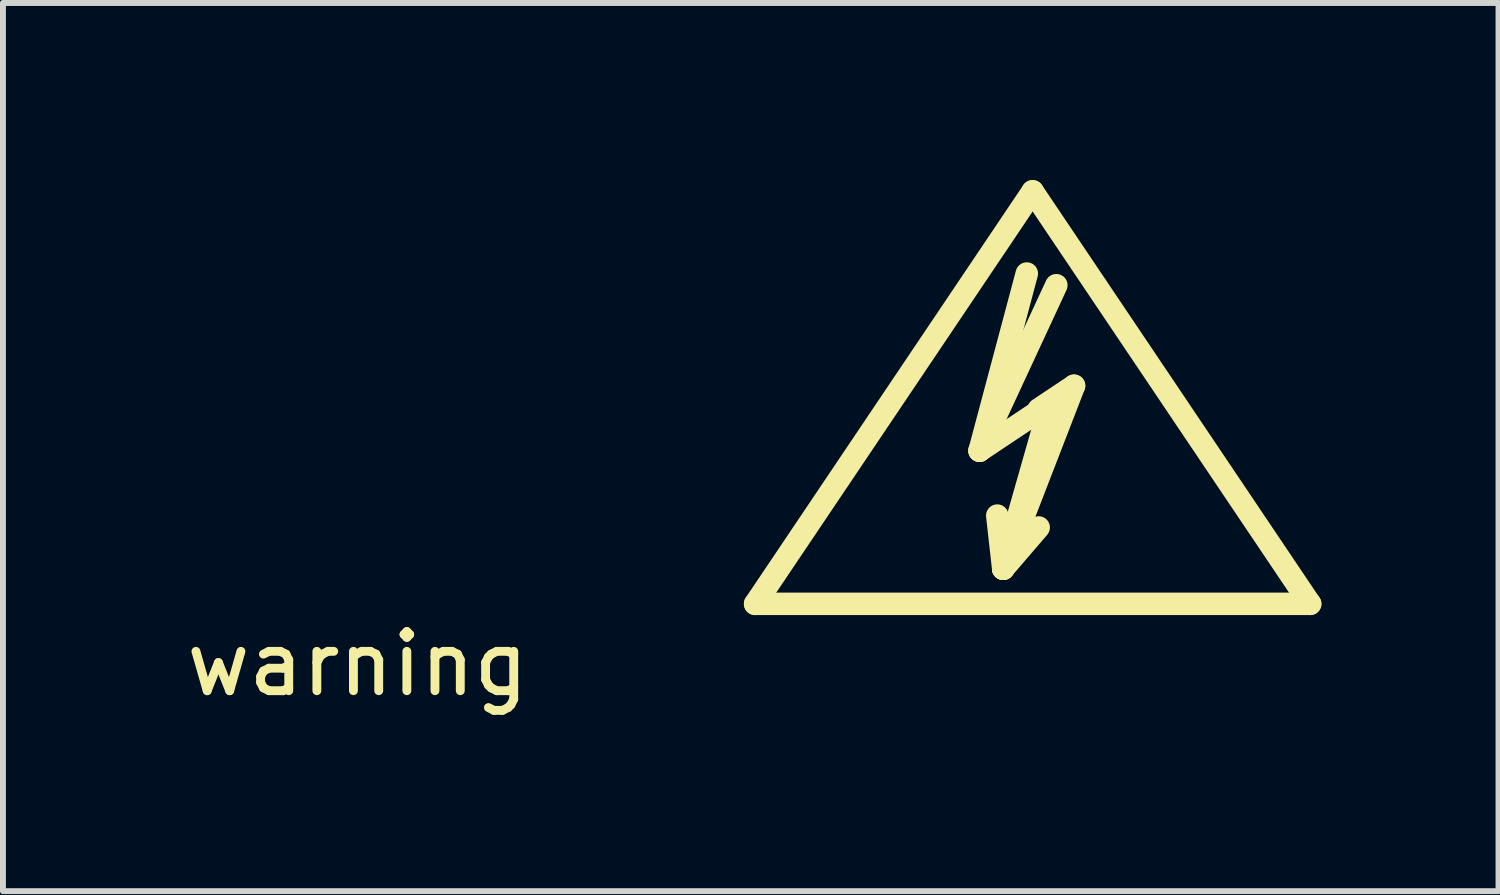
<source format=kicad_pcb>
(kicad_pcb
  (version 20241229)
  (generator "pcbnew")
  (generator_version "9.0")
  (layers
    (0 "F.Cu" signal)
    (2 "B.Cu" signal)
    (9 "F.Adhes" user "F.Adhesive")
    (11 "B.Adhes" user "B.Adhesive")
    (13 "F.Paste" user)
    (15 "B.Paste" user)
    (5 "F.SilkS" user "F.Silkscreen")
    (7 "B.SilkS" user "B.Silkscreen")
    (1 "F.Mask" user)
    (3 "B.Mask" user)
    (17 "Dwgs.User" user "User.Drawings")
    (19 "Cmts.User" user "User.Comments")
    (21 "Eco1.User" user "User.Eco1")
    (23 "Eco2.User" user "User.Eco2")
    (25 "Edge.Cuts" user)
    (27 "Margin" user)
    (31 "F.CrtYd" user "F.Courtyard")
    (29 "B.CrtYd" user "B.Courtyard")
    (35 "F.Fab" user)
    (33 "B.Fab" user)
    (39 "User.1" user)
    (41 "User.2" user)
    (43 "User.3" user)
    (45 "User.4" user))
  (footprint "warning"
    (layer "F.Cu")
    (at 14.436 4.381)
    (property "Reference" "warning" (at -11.43 3.81 0) (layer "F.SilkS") (effects (font (size 1 1) (thickness 0.15))))
    (attr through_hole)
    (fp_line (start -4.699 2.794) (end 0 -4.191) (stroke (width 0.381) (type solid)) (layer "F.SilkS"))
    (fp_line (start -0.899 0.201) (end 0.3 -0.599) (stroke (width 0.381) (type solid)) (layer "F.SilkS"))
    (fp_line (start -0.899 0.201) (end 0.401 -2.601) (stroke (width 0.381) (type solid)) (layer "F.SilkS"))
    (fp_line (start -0.498 2.2) (end -0.599 1.3) (stroke (width 0.381) (type solid)) (layer "F.SilkS"))
    (fp_line (start -0.498 2.2) (end 0.102 1.501) (stroke (width 0.381) (type solid)) (layer "F.SilkS"))
    (fp_line (start -0.498 2.2) (end 0.701 -0.899) (stroke (width 0.381) (type solid)) (layer "F.SilkS"))
    (fp_line (start -0.099 -2.799) (end -0.899 0.201) (stroke (width 0.381) (type solid)) (layer "F.SilkS"))
    (fp_line (start 0 -4.191) (end 4.699 2.794) (stroke (width 0.381) (type solid)) (layer "F.SilkS"))
    (fp_line (start 0.3 -0.599) (end -0.498 2.2) (stroke (width 0.381) (type solid)) (layer "F.SilkS"))
    (fp_line (start 0.701 -0.899) (end 0.102 -0.5) (stroke (width 0.381) (type solid)) (layer "F.SilkS"))
    (fp_line (start 4.699 2.794) (end -4.699 2.794) (stroke (width 0.381) (type solid)) (layer "F.SilkS")))
  (gr_rect
    (start -3 -3)
    (end 22.325 12.04)
    (stroke (width 0.1) (type default))
    (fill no)
    (layer "Edge.Cuts")))
</source>
